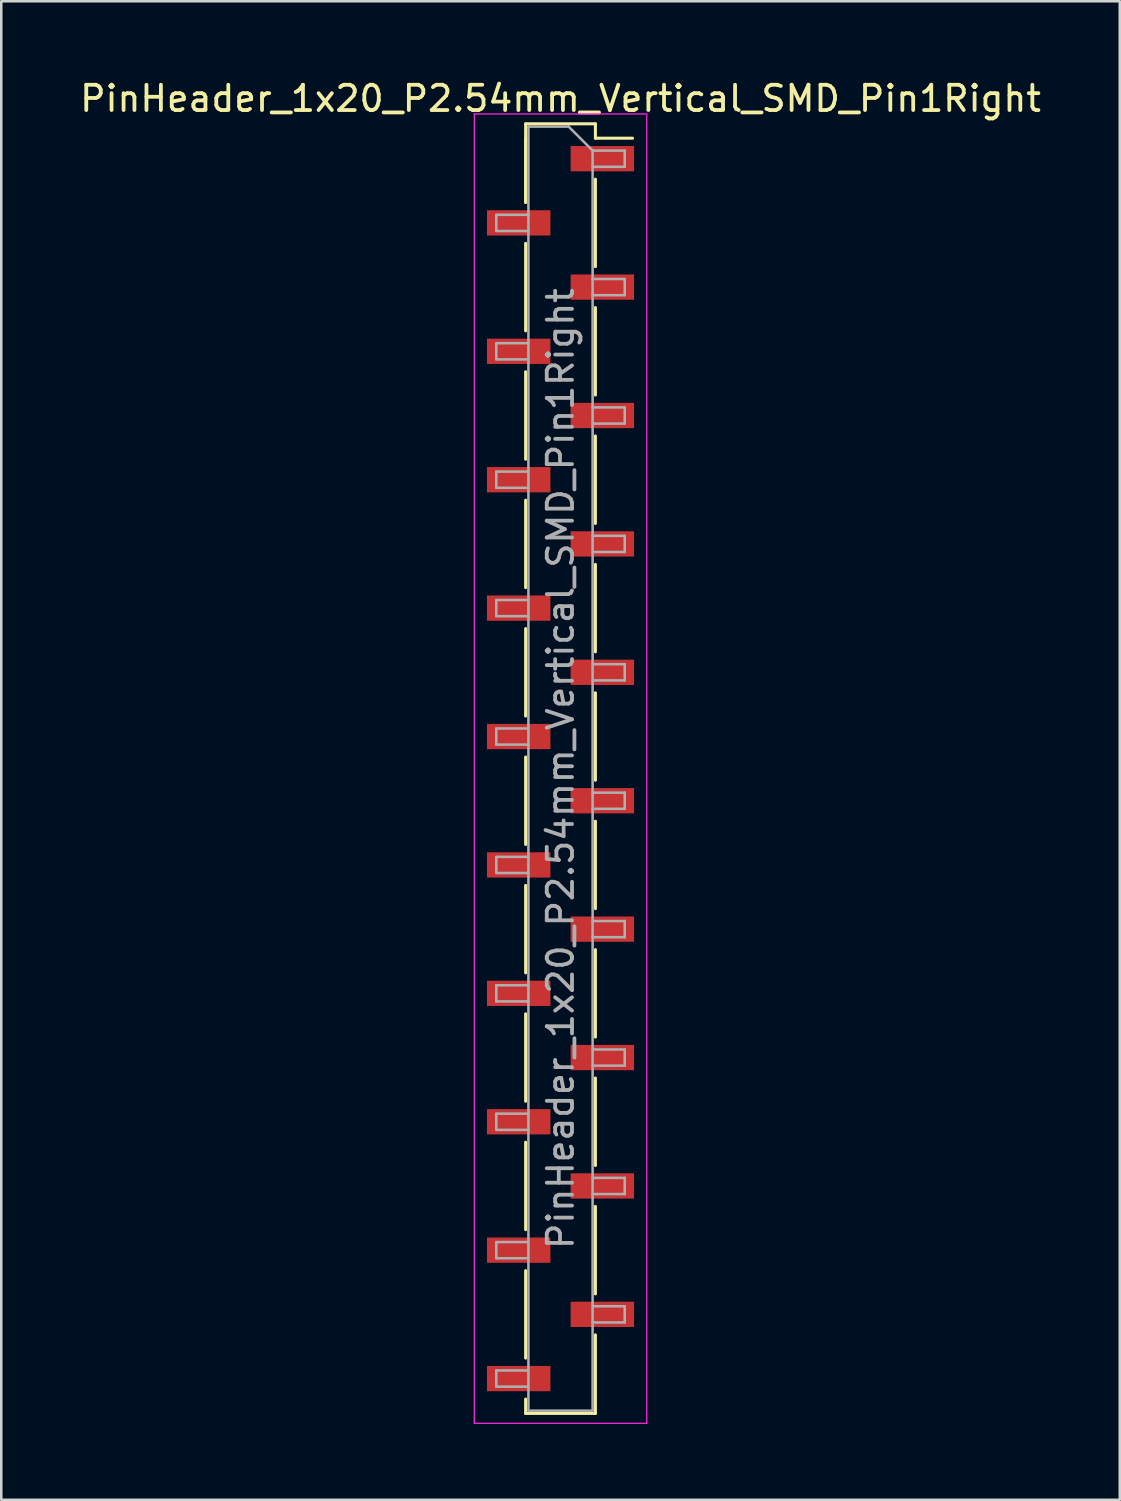
<source format=kicad_pcb>
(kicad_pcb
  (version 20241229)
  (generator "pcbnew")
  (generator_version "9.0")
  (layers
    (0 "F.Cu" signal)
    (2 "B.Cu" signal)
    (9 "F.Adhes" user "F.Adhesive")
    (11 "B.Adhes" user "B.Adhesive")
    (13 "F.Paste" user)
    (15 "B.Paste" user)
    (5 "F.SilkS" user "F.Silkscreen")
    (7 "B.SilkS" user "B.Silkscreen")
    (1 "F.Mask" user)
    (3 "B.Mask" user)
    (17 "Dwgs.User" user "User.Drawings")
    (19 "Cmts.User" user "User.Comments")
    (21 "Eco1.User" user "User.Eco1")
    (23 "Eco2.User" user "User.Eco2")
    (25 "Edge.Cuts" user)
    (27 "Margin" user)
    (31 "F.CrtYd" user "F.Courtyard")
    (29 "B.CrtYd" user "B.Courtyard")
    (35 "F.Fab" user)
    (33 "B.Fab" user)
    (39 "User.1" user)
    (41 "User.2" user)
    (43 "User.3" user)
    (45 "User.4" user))
  (footprint "PinHeader_1x20_P2.54mm_Vertical_SMD_Pin1Right"
    (layer "F.Cu")
    (at 19.125 27.358)
    (property "Reference" "PinHeader_1x20_P2.54mm_Vertical_SMD_Pin1Right" (at 0 -26.51 0) (layer "F.SilkS") (effects (font (size 1 1) (thickness 0.15))))
    (attr smd)
    (fp_line (start -1.38 -25.51) (end -1.38 -22.4) (stroke (width 0.12) (type solid)) (layer "F.SilkS"))
    (fp_line (start -1.38 -25.51) (end 1.38 -25.51) (stroke (width 0.12) (type solid)) (layer "F.SilkS"))
    (fp_line (start -1.38 -24.94) (end -1.38 -22.4) (stroke (width 0.12) (type solid)) (layer "F.SilkS"))
    (fp_line (start -1.38 -20.78) (end -1.38 -17.32) (stroke (width 0.12) (type solid)) (layer "F.SilkS"))
    (fp_line (start -1.38 -15.7) (end -1.38 -12.24) (stroke (width 0.12) (type solid)) (layer "F.SilkS"))
    (fp_line (start -1.38 -10.62) (end -1.38 -7.16) (stroke (width 0.12) (type solid)) (layer "F.SilkS"))
    (fp_line (start -1.38 -5.54) (end -1.38 -2.08) (stroke (width 0.12) (type solid)) (layer "F.SilkS"))
    (fp_line (start -1.38 -0.46) (end -1.38 3) (stroke (width 0.12) (type solid)) (layer "F.SilkS"))
    (fp_line (start -1.38 4.62) (end -1.38 8.08) (stroke (width 0.12) (type solid)) (layer "F.SilkS"))
    (fp_line (start -1.38 9.7) (end -1.38 13.16) (stroke (width 0.12) (type solid)) (layer "F.SilkS"))
    (fp_line (start -1.38 14.78) (end -1.38 18.24) (stroke (width 0.12) (type solid)) (layer "F.SilkS"))
    (fp_line (start -1.38 19.86) (end -1.38 23.32) (stroke (width 0.12) (type solid)) (layer "F.SilkS"))
    (fp_line (start -1.38 24.94) (end -1.38 25.51) (stroke (width 0.12) (type solid)) (layer "F.SilkS"))
    (fp_line (start -1.38 25.51) (end 1.38 25.51) (stroke (width 0.12) (type solid)) (layer "F.SilkS"))
    (fp_line (start 1.38 -25.51) (end 1.38 -24.94) (stroke (width 0.12) (type solid)) (layer "F.SilkS"))
    (fp_line (start 1.38 -24.94) (end 2.85 -24.94) (stroke (width 0.12) (type solid)) (layer "F.SilkS"))
    (fp_line (start 1.38 -23.32) (end 1.38 -19.86) (stroke (width 0.12) (type solid)) (layer "F.SilkS"))
    (fp_line (start 1.38 -18.24) (end 1.38 -14.78) (stroke (width 0.12) (type solid)) (layer "F.SilkS"))
    (fp_line (start 1.38 -13.16) (end 1.38 -9.7) (stroke (width 0.12) (type solid)) (layer "F.SilkS"))
    (fp_line (start 1.38 -8.08) (end 1.38 -4.62) (stroke (width 0.12) (type solid)) (layer "F.SilkS"))
    (fp_line (start 1.38 -3) (end 1.38 0.46) (stroke (width 0.12) (type solid)) (layer "F.SilkS"))
    (fp_line (start 1.38 2.08) (end 1.38 5.54) (stroke (width 0.12) (type solid)) (layer "F.SilkS"))
    (fp_line (start 1.38 7.16) (end 1.38 10.62) (stroke (width 0.12) (type solid)) (layer "F.SilkS"))
    (fp_line (start 1.38 12.24) (end 1.38 15.7) (stroke (width 0.12) (type solid)) (layer "F.SilkS"))
    (fp_line (start 1.38 17.32) (end 1.38 20.78) (stroke (width 0.12) (type solid)) (layer "F.SilkS"))
    (fp_line (start 1.38 22.4) (end 1.38 25.51) (stroke (width 0.12) (type solid)) (layer "F.SilkS"))
    (fp_line (start -3.41 -25.9) (end -3.41 25.9) (stroke (width 0.05) (type solid)) (layer "F.CrtYd"))
    (fp_line (start -3.41 25.9) (end 3.41 25.9) (stroke (width 0.05) (type solid)) (layer "F.CrtYd"))
    (fp_line (start 3.41 -25.9) (end -3.41 -25.9) (stroke (width 0.05) (type solid)) (layer "F.CrtYd"))
    (fp_line (start 3.41 25.9) (end 3.41 -25.9) (stroke (width 0.05) (type solid)) (layer "F.CrtYd"))
    (fp_line (start -2.54 -21.91) (end -2.54 -21.27) (stroke (width 0.1) (type solid)) (layer "F.Fab"))
    (fp_line (start -2.54 -21.27) (end -1.27 -21.27) (stroke (width 0.1) (type solid)) (layer "F.Fab"))
    (fp_line (start -2.54 -16.83) (end -2.54 -16.19) (stroke (width 0.1) (type solid)) (layer "F.Fab"))
    (fp_line (start -2.54 -16.19) (end -1.27 -16.19) (stroke (width 0.1) (type solid)) (layer "F.Fab"))
    (fp_line (start -2.54 -11.75) (end -2.54 -11.11) (stroke (width 0.1) (type solid)) (layer "F.Fab"))
    (fp_line (start -2.54 -11.11) (end -1.27 -11.11) (stroke (width 0.1) (type solid)) (layer "F.Fab"))
    (fp_line (start -2.54 -6.67) (end -2.54 -6.03) (stroke (width 0.1) (type solid)) (layer "F.Fab"))
    (fp_line (start -2.54 -6.03) (end -1.27 -6.03) (stroke (width 0.1) (type solid)) (layer "F.Fab"))
    (fp_line (start -2.54 -1.59) (end -2.54 -0.95) (stroke (width 0.1) (type solid)) (layer "F.Fab"))
    (fp_line (start -2.54 -0.95) (end -1.27 -0.95) (stroke (width 0.1) (type solid)) (layer "F.Fab"))
    (fp_line (start -2.54 3.49) (end -2.54 4.13) (stroke (width 0.1) (type solid)) (layer "F.Fab"))
    (fp_line (start -2.54 4.13) (end -1.27 4.13) (stroke (width 0.1) (type solid)) (layer "F.Fab"))
    (fp_line (start -2.54 8.57) (end -2.54 9.21) (stroke (width 0.1) (type solid)) (layer "F.Fab"))
    (fp_line (start -2.54 9.21) (end -1.27 9.21) (stroke (width 0.1) (type solid)) (layer "F.Fab"))
    (fp_line (start -2.54 13.65) (end -2.54 14.29) (stroke (width 0.1) (type solid)) (layer "F.Fab"))
    (fp_line (start -2.54 14.29) (end -1.27 14.29) (stroke (width 0.1) (type solid)) (layer "F.Fab"))
    (fp_line (start -2.54 18.73) (end -2.54 19.37) (stroke (width 0.1) (type solid)) (layer "F.Fab"))
    (fp_line (start -2.54 19.37) (end -1.27 19.37) (stroke (width 0.1) (type solid)) (layer "F.Fab"))
    (fp_line (start -2.54 23.81) (end -2.54 24.45) (stroke (width 0.1) (type solid)) (layer "F.Fab"))
    (fp_line (start -2.54 24.45) (end -1.27 24.45) (stroke (width 0.1) (type solid)) (layer "F.Fab"))
    (fp_line (start -1.27 -25.4) (end -1.27 25.4) (stroke (width 0.1) (type solid)) (layer "F.Fab"))
    (fp_line (start -1.27 -25.4) (end 0.32 -25.4) (stroke (width 0.1) (type solid)) (layer "F.Fab"))
    (fp_line (start -1.27 -21.91) (end -2.54 -21.91) (stroke (width 0.1) (type solid)) (layer "F.Fab"))
    (fp_line (start -1.27 -16.83) (end -2.54 -16.83) (stroke (width 0.1) (type solid)) (layer "F.Fab"))
    (fp_line (start -1.27 -11.75) (end -2.54 -11.75) (stroke (width 0.1) (type solid)) (layer "F.Fab"))
    (fp_line (start -1.27 -6.67) (end -2.54 -6.67) (stroke (width 0.1) (type solid)) (layer "F.Fab"))
    (fp_line (start -1.27 -1.59) (end -2.54 -1.59) (stroke (width 0.1) (type solid)) (layer "F.Fab"))
    (fp_line (start -1.27 3.49) (end -2.54 3.49) (stroke (width 0.1) (type solid)) (layer "F.Fab"))
    (fp_line (start -1.27 8.57) (end -2.54 8.57) (stroke (width 0.1) (type solid)) (layer "F.Fab"))
    (fp_line (start -1.27 13.65) (end -2.54 13.65) (stroke (width 0.1) (type solid)) (layer "F.Fab"))
    (fp_line (start -1.27 18.73) (end -2.54 18.73) (stroke (width 0.1) (type solid)) (layer "F.Fab"))
    (fp_line (start -1.27 23.81) (end -2.54 23.81) (stroke (width 0.1) (type solid)) (layer "F.Fab"))
    (fp_line (start 1.27 -24.45) (end 0.32 -25.4) (stroke (width 0.1) (type solid)) (layer "F.Fab"))
    (fp_line (start 1.27 -24.45) (end 2.54 -24.45) (stroke (width 0.1) (type solid)) (layer "F.Fab"))
    (fp_line (start 1.27 -19.37) (end 2.54 -19.37) (stroke (width 0.1) (type solid)) (layer "F.Fab"))
    (fp_line (start 1.27 -14.29) (end 2.54 -14.29) (stroke (width 0.1) (type solid)) (layer "F.Fab"))
    (fp_line (start 1.27 -9.21) (end 2.54 -9.21) (stroke (width 0.1) (type solid)) (layer "F.Fab"))
    (fp_line (start 1.27 -4.13) (end 2.54 -4.13) (stroke (width 0.1) (type solid)) (layer "F.Fab"))
    (fp_line (start 1.27 0.95) (end 2.54 0.95) (stroke (width 0.1) (type solid)) (layer "F.Fab"))
    (fp_line (start 1.27 6.03) (end 2.54 6.03) (stroke (width 0.1) (type solid)) (layer "F.Fab"))
    (fp_line (start 1.27 11.11) (end 2.54 11.11) (stroke (width 0.1) (type solid)) (layer "F.Fab"))
    (fp_line (start 1.27 16.19) (end 2.54 16.19) (stroke (width 0.1) (type solid)) (layer "F.Fab"))
    (fp_line (start 1.27 21.27) (end 2.54 21.27) (stroke (width 0.1) (type solid)) (layer "F.Fab"))
    (fp_line (start 1.27 25.4) (end -1.27 25.4) (stroke (width 0.1) (type solid)) (layer "F.Fab"))
    (fp_line (start 1.27 25.4) (end 1.27 -24.45) (stroke (width 0.1) (type solid)) (layer "F.Fab"))
    (fp_line (start 2.54 -24.45) (end 2.54 -23.81) (stroke (width 0.1) (type solid)) (layer "F.Fab"))
    (fp_line (start 2.54 -23.81) (end 1.27 -23.81) (stroke (width 0.1) (type solid)) (layer "F.Fab"))
    (fp_line (start 2.54 -19.37) (end 2.54 -18.73) (stroke (width 0.1) (type solid)) (layer "F.Fab"))
    (fp_line (start 2.54 -18.73) (end 1.27 -18.73) (stroke (width 0.1) (type solid)) (layer "F.Fab"))
    (fp_line (start 2.54 -14.29) (end 2.54 -13.65) (stroke (width 0.1) (type solid)) (layer "F.Fab"))
    (fp_line (start 2.54 -13.65) (end 1.27 -13.65) (stroke (width 0.1) (type solid)) (layer "F.Fab"))
    (fp_line (start 2.54 -9.21) (end 2.54 -8.57) (stroke (width 0.1) (type solid)) (layer "F.Fab"))
    (fp_line (start 2.54 -8.57) (end 1.27 -8.57) (stroke (width 0.1) (type solid)) (layer "F.Fab"))
    (fp_line (start 2.54 -4.13) (end 2.54 -3.49) (stroke (width 0.1) (type solid)) (layer "F.Fab"))
    (fp_line (start 2.54 -3.49) (end 1.27 -3.49) (stroke (width 0.1) (type solid)) (layer "F.Fab"))
    (fp_line (start 2.54 0.95) (end 2.54 1.59) (stroke (width 0.1) (type solid)) (layer "F.Fab"))
    (fp_line (start 2.54 1.59) (end 1.27 1.59) (stroke (width 0.1) (type solid)) (layer "F.Fab"))
    (fp_line (start 2.54 6.03) (end 2.54 6.67) (stroke (width 0.1) (type solid)) (layer "F.Fab"))
    (fp_line (start 2.54 6.67) (end 1.27 6.67) (stroke (width 0.1) (type solid)) (layer "F.Fab"))
    (fp_line (start 2.54 11.11) (end 2.54 11.75) (stroke (width 0.1) (type solid)) (layer "F.Fab"))
    (fp_line (start 2.54 11.75) (end 1.27 11.75) (stroke (width 0.1) (type solid)) (layer "F.Fab"))
    (fp_line (start 2.54 16.19) (end 2.54 16.83) (stroke (width 0.1) (type solid)) (layer "F.Fab"))
    (fp_line (start 2.54 16.83) (end 1.27 16.83) (stroke (width 0.1) (type solid)) (layer "F.Fab"))
    (fp_line (start 2.54 21.27) (end 2.54 21.91) (stroke (width 0.1) (type solid)) (layer "F.Fab"))
    (fp_line (start 2.54 21.91) (end 1.27 21.91) (stroke (width 0.1) (type solid)) (layer "F.Fab"))
    (fp_text user "${REFERENCE}" (at 0 0 90) (layer "F.Fab") (effects (font (size 1 1) (thickness 0.15))))
    (pad "1" smd rect (at 1.655 -24.13) (size 2.51 1) (layers "F.Cu" "F.Mask" "F.Paste"))
    (pad "2" smd rect (at -1.655 -21.59) (size 2.51 1) (layers "F.Cu" "F.Mask" "F.Paste"))
    (pad "3" smd rect (at 1.655 -19.05) (size 2.51 1) (layers "F.Cu" "F.Mask" "F.Paste"))
    (pad "4" smd rect (at -1.655 -16.51) (size 2.51 1) (layers "F.Cu" "F.Mask" "F.Paste"))
    (pad "5" smd rect (at 1.655 -13.97) (size 2.51 1) (layers "F.Cu" "F.Mask" "F.Paste"))
    (pad "6" smd rect (at -1.655 -11.43) (size 2.51 1) (layers "F.Cu" "F.Mask" "F.Paste"))
    (pad "7" smd rect (at 1.655 -8.89) (size 2.51 1) (layers "F.Cu" "F.Mask" "F.Paste"))
    (pad "8" smd rect (at -1.655 -6.35) (size 2.51 1) (layers "F.Cu" "F.Mask" "F.Paste"))
    (pad "9" smd rect (at 1.655 -3.81) (size 2.51 1) (layers "F.Cu" "F.Mask" "F.Paste"))
    (pad "10" smd rect (at -1.655 -1.27) (size 2.51 1) (layers "F.Cu" "F.Mask" "F.Paste"))
    (pad "11" smd rect (at 1.655 1.27) (size 2.51 1) (layers "F.Cu" "F.Mask" "F.Paste"))
    (pad "12" smd rect (at -1.655 3.81) (size 2.51 1) (layers "F.Cu" "F.Mask" "F.Paste"))
    (pad "13" smd rect (at 1.655 6.35) (size 2.51 1) (layers "F.Cu" "F.Mask" "F.Paste"))
    (pad "14" smd rect (at -1.655 8.89) (size 2.51 1) (layers "F.Cu" "F.Mask" "F.Paste"))
    (pad "15" smd rect (at 1.655 11.43) (size 2.51 1) (layers "F.Cu" "F.Mask" "F.Paste"))
    (pad "16" smd rect (at -1.655 13.97) (size 2.51 1) (layers "F.Cu" "F.Mask" "F.Paste"))
    (pad "17" smd rect (at 1.655 16.51) (size 2.51 1) (layers "F.Cu" "F.Mask" "F.Paste"))
    (pad "18" smd rect (at -1.655 19.05) (size 2.51 1) (layers "F.Cu" "F.Mask" "F.Paste"))
    (pad "19" smd rect (at 1.655 21.59) (size 2.51 1) (layers "F.Cu" "F.Mask" "F.Paste"))
    (pad "20" smd rect (at -1.655 24.13) (size 2.51 1) (layers "F.Cu" "F.Mask" "F.Paste")))
  (gr_rect
    (start -3 -3)
    (end 41.25 56.283)
    (stroke (width 0.1) (type default))
    (fill no)
    (layer "Edge.Cuts")))
</source>
